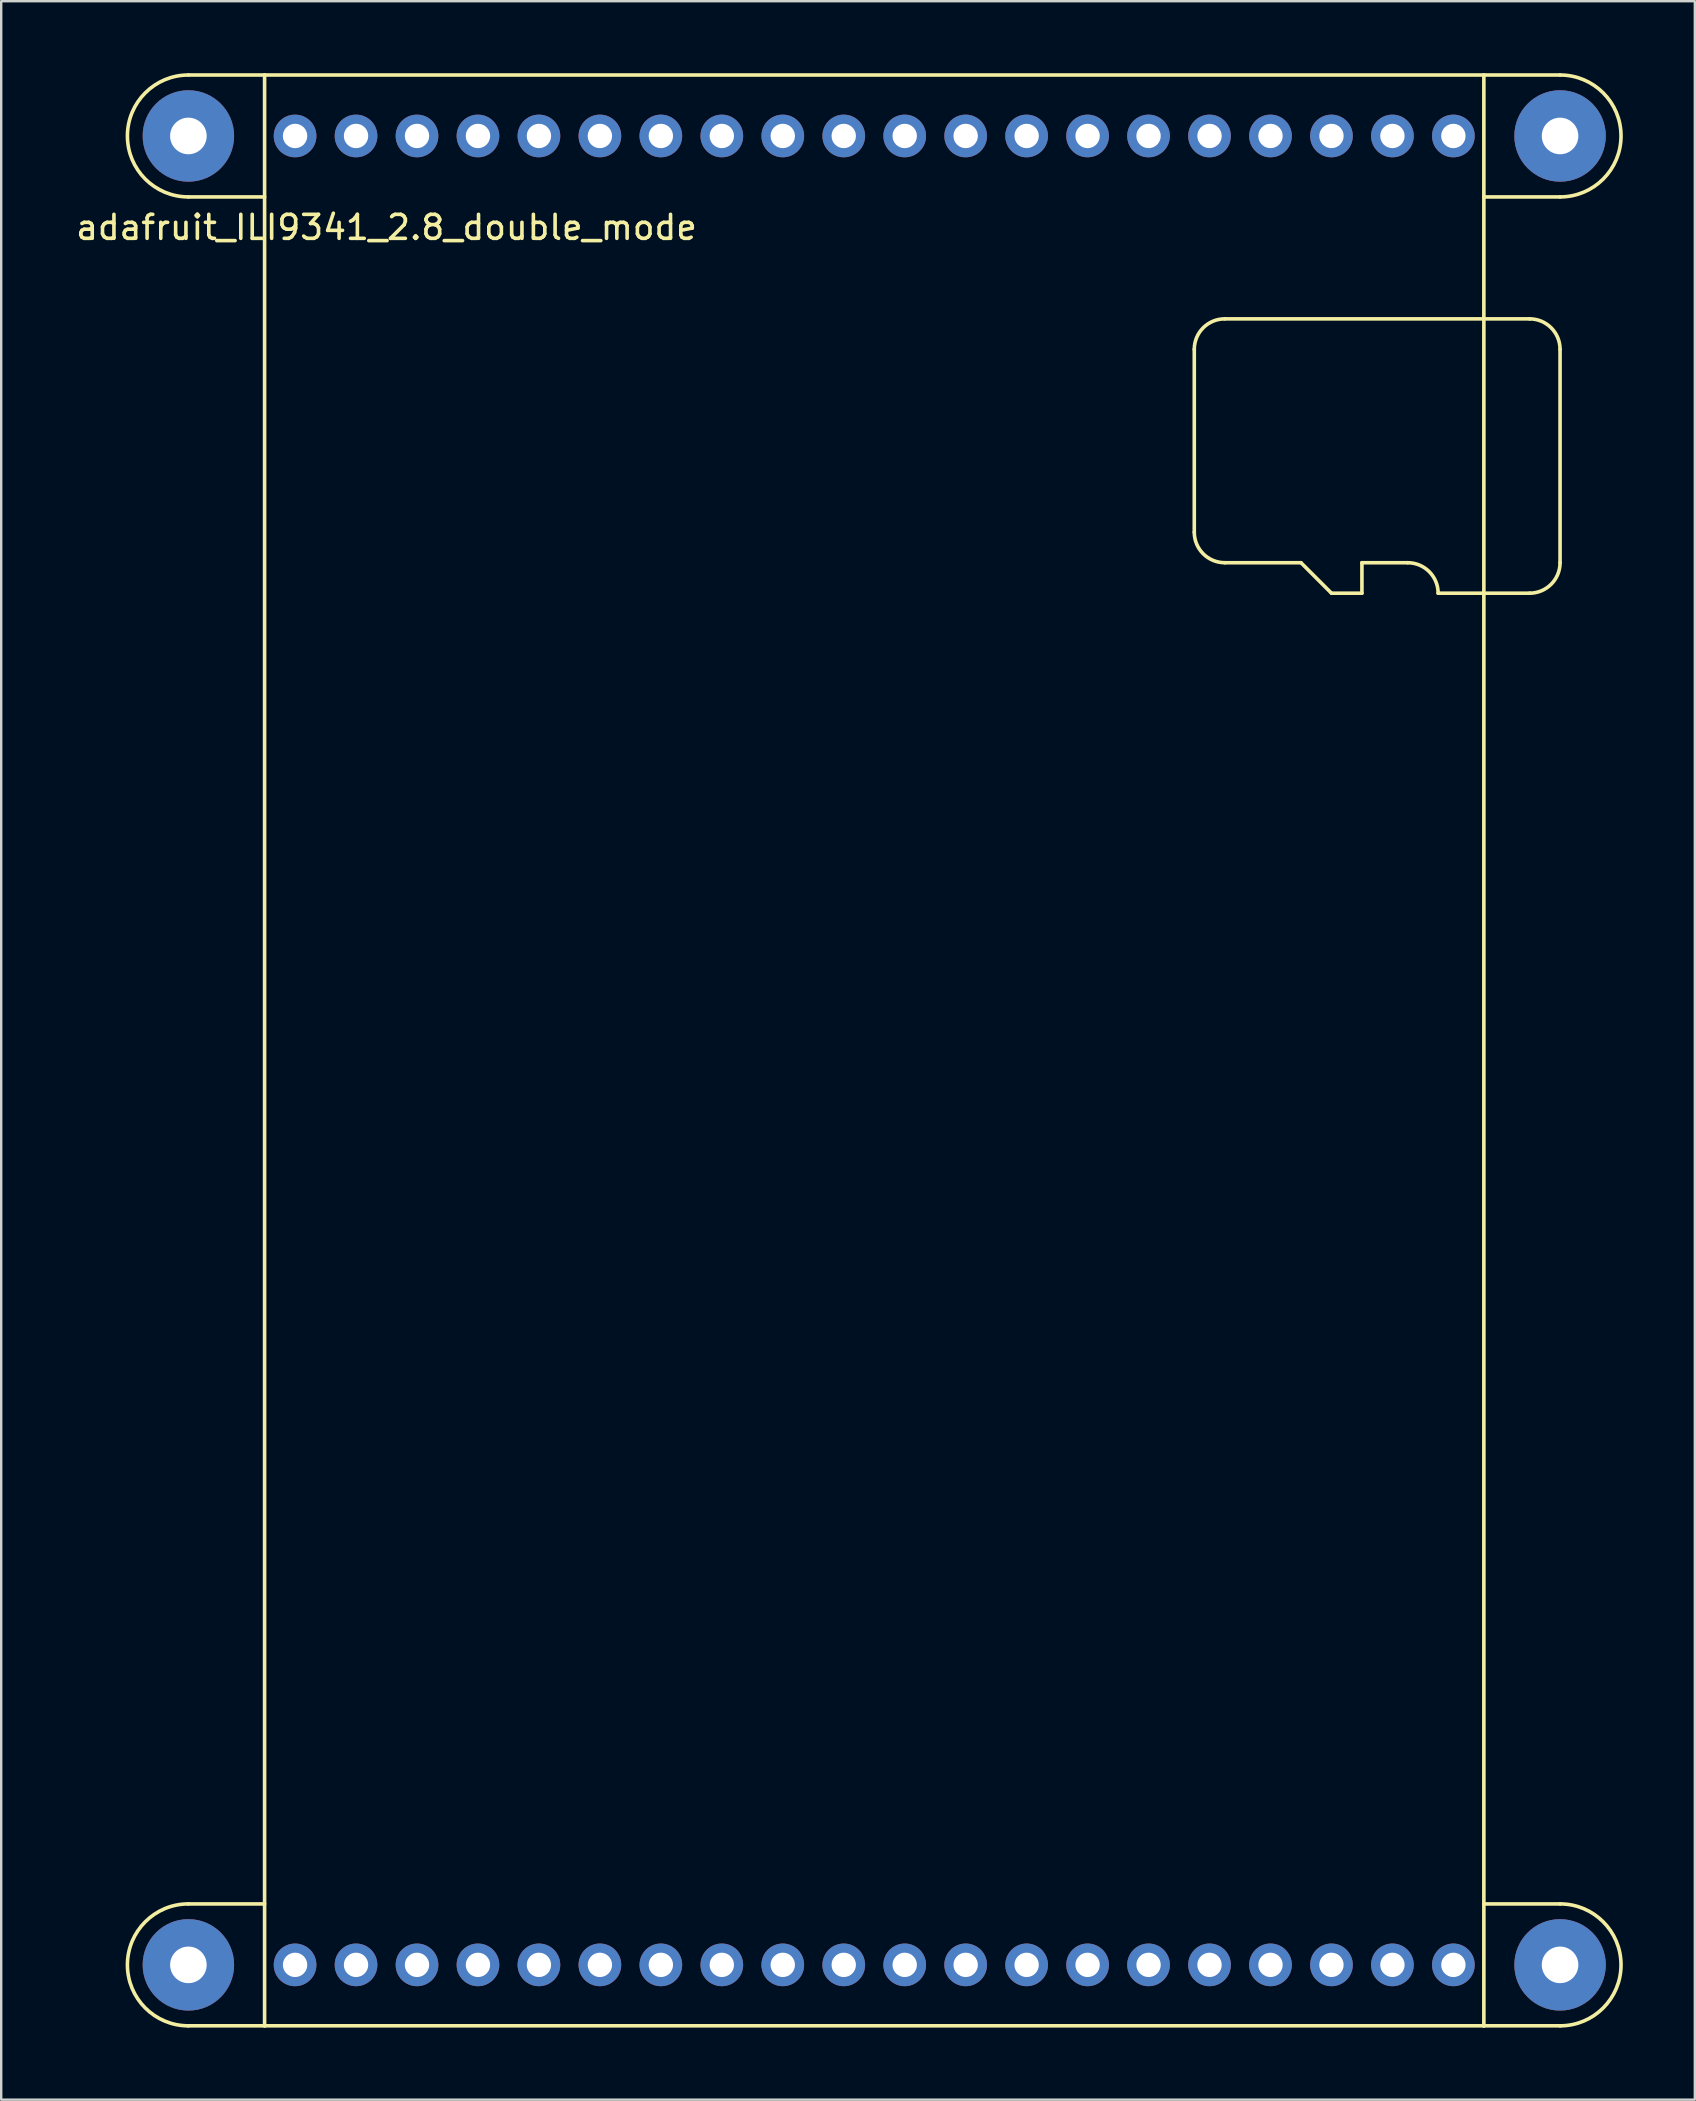
<source format=kicad_pcb>
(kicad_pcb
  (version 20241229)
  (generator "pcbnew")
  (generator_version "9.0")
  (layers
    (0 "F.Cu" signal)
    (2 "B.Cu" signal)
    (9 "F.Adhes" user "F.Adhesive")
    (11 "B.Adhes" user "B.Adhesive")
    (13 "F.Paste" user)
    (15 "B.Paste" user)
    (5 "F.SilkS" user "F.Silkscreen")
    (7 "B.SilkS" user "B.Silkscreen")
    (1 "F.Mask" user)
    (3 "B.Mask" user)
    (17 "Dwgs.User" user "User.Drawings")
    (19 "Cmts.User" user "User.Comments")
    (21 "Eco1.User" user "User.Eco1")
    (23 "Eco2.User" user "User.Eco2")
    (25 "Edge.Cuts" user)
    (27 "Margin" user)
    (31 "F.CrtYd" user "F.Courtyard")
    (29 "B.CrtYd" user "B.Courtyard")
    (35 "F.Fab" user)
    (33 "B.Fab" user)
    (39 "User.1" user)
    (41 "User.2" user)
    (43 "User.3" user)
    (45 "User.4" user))
  (footprint "adafruit_ILI9341_2.8_double_mode"
    (layer "F.Cu")
    (at 9.244 2.615)
    (property "Reference" "adafruit_ILI9341_2.8_double_mode" (at 3.81 3.81 0) (layer "F.SilkS") (effects (font (size 1 1) (thickness 0.15))))
    (attr through_hole)
    (fp_line (start -4.445 -2.54) (end -1.27 -2.54) (stroke (width 0.15) (type solid)) (layer "F.SilkS"))
    (fp_line (start -4.445 2.54) (end -1.27 2.54) (stroke (width 0.15) (type solid)) (layer "F.SilkS"))
    (fp_line (start -1.27 -2.54) (end 49.53 -2.54) (stroke (width 0.15) (type solid)) (layer "F.SilkS"))
    (fp_line (start -1.27 73.66) (end -4.445 73.66) (stroke (width 0.15) (type solid)) (layer "F.SilkS"))
    (fp_line (start -1.27 78.74) (end -4.445 78.74) (stroke (width 0.15) (type solid)) (layer "F.SilkS"))
    (fp_line (start -1.27 78.74) (end -1.27 -2.54) (stroke (width 0.15) (type solid)) (layer "F.SilkS"))
    (fp_line (start 37.465 8.89) (end 37.465 16.51) (stroke (width 0.15) (type solid)) (layer "F.SilkS"))
    (fp_line (start 41.91 17.78) (end 38.735 17.78) (stroke (width 0.15) (type solid)) (layer "F.SilkS"))
    (fp_line (start 43.18 19.05) (end 41.91 17.78) (stroke (width 0.15) (type solid)) (layer "F.SilkS"))
    (fp_line (start 44.45 17.78) (end 46.355 17.78) (stroke (width 0.15) (type solid)) (layer "F.SilkS"))
    (fp_line (start 44.45 19.05) (end 43.18 19.05) (stroke (width 0.15) (type solid)) (layer "F.SilkS"))
    (fp_line (start 44.45 19.05) (end 44.45 17.78) (stroke (width 0.15) (type solid)) (layer "F.SilkS"))
    (fp_line (start 47.625 19.05) (end 51.435 19.05) (stroke (width 0.15) (type solid)) (layer "F.SilkS"))
    (fp_line (start 49.53 -2.54) (end 49.53 78.74) (stroke (width 0.15) (type solid)) (layer "F.SilkS"))
    (fp_line (start 49.53 78.74) (end -1.27 78.74) (stroke (width 0.15) (type solid)) (layer "F.SilkS"))
    (fp_line (start 51.435 7.62) (end 38.735 7.62) (stroke (width 0.15) (type solid)) (layer "F.SilkS"))
    (fp_line (start 52.705 -2.54) (end 49.53 -2.54) (stroke (width 0.15) (type solid)) (layer "F.SilkS"))
    (fp_line (start 52.705 2.54) (end 49.53 2.54) (stroke (width 0.15) (type solid)) (layer "F.SilkS"))
    (fp_line (start 52.705 8.89) (end 52.705 17.78) (stroke (width 0.15) (type solid)) (layer "F.SilkS"))
    (fp_line (start 52.705 73.66) (end 49.53 73.66) (stroke (width 0.15) (type solid)) (layer "F.SilkS"))
    (fp_line (start 52.705 78.74) (end 49.53 78.74) (stroke (width 0.15) (type solid)) (layer "F.SilkS"))
    (fp_arc (start -4.445 2.54) (mid -6.985 0) (end -4.445 -2.54) (stroke (width 0.15) (type solid)) (layer "F.SilkS"))
    (fp_arc (start -4.445 78.74) (mid -6.985 76.2) (end -4.445 73.66) (stroke (width 0.15) (type solid)) (layer "F.SilkS"))
    (fp_arc (start 37.465 8.89) (mid 37.836974 7.991974) (end 38.735 7.62) (stroke (width 0.15) (type solid)) (layer "F.SilkS"))
    (fp_arc (start 38.735 17.78) (mid 37.836974 17.408026) (end 37.465 16.51) (stroke (width 0.15) (type solid)) (layer "F.SilkS"))
    (fp_arc (start 46.355 17.78) (mid 47.253026 18.151974) (end 47.625 19.05) (stroke (width 0.15) (type solid)) (layer "F.SilkS"))
    (fp_arc (start 51.435 7.62) (mid 52.333026 7.991974) (end 52.705 8.89) (stroke (width 0.15) (type solid)) (layer "F.SilkS"))
    (fp_arc (start 52.705 -2.54) (mid 55.245 0) (end 52.705 2.54) (stroke (width 0.15) (type solid)) (layer "F.SilkS"))
    (fp_arc (start 52.705 17.78) (mid 52.333026 18.678026) (end 51.435 19.05) (stroke (width 0.15) (type solid)) (layer "F.SilkS"))
    (fp_arc (start 52.705 73.66) (mid 55.245 76.2) (end 52.705 78.74) (stroke (width 0.15) (type solid)) (layer "F.SilkS"))
    (pad "" np_thru_hole circle (at -4.445 0) (size 3.81 3.81) (drill 1.524) (layers "*.Cu" "*.Mask"))
    (pad "" np_thru_hole circle (at -4.445 76.2) (size 3.81 3.81) (drill 1.524) (layers "*.Cu" "*.Mask"))
    (pad "" np_thru_hole circle (at 52.705 0) (size 3.81 3.81) (drill 1.524) (layers "*.Cu" "*.Mask"))
    (pad "" np_thru_hole circle (at 52.705 76.2) (size 3.81 3.81) (drill 1.524) (layers "*.Cu" "*.Mask"))
    (pad "1" thru_hole circle (at 0 0) (size 1.778 1.778) (drill 1.016) (layers "*.Cu" "*.Mask"))
    (pad "2" thru_hole circle (at 2.54 0) (size 1.778 1.778) (drill 1.016) (layers "*.Cu" "*.Mask"))
    (pad "3" thru_hole circle (at 5.08 0) (size 1.778 1.778) (drill 1.016) (layers "*.Cu" "*.Mask"))
    (pad "4" thru_hole circle (at 7.62 0) (size 1.778 1.778) (drill 1.016) (layers "*.Cu" "*.Mask"))
    (pad "5" thru_hole circle (at 10.16 0) (size 1.778 1.778) (drill 1.016) (layers "*.Cu" "*.Mask"))
    (pad "6" thru_hole circle (at 12.7 0) (size 1.778 1.778) (drill 1.016) (layers "*.Cu" "*.Mask"))
    (pad "7" thru_hole circle (at 15.24 0) (size 1.778 1.778) (drill 1.016) (layers "*.Cu" "*.Mask"))
    (pad "8" thru_hole circle (at 17.78 0) (size 1.778 1.778) (drill 1.016) (layers "*.Cu" "*.Mask"))
    (pad "9" thru_hole circle (at 20.32 0) (size 1.778 1.778) (drill 1.016) (layers "*.Cu" "*.Mask"))
    (pad "10" thru_hole circle (at 22.86 0) (size 1.778 1.778) (drill 1.016) (layers "*.Cu" "*.Mask"))
    (pad "11" thru_hole circle (at 25.4 0) (size 1.778 1.778) (drill 1.016) (layers "*.Cu" "*.Mask"))
    (pad "12" thru_hole circle (at 27.94 0) (size 1.778 1.778) (drill 1.016) (layers "*.Cu" "*.Mask"))
    (pad "13" thru_hole circle (at 30.48 0) (size 1.778 1.778) (drill 1.016) (layers "*.Cu" "*.Mask"))
    (pad "14" thru_hole circle (at 33.02 0) (size 1.778 1.778) (drill 1.016) (layers "*.Cu" "*.Mask"))
    (pad "15" thru_hole circle (at 35.56 0) (size 1.778 1.778) (drill 1.016) (layers "*.Cu" "*.Mask"))
    (pad "16" thru_hole circle (at 38.1 0) (size 1.778 1.778) (drill 1.016) (layers "*.Cu" "*.Mask"))
    (pad "17" thru_hole circle (at 40.64 0) (size 1.778 1.778) (drill 1.016) (layers "*.Cu" "*.Mask"))
    (pad "18" thru_hole circle (at 43.18 0) (size 1.778 1.778) (drill 1.016) (layers "*.Cu" "*.Mask"))
    (pad "19" thru_hole circle (at 45.72 0) (size 1.778 1.778) (drill 1.016) (layers "*.Cu" "*.Mask"))
    (pad "20" thru_hole circle (at 48.26 0) (size 1.778 1.778) (drill 1.016) (layers "*.Cu" "*.Mask"))
    (pad "21" thru_hole circle (at 0 76.2) (size 1.778 1.778) (drill 1.016) (layers "*.Cu" "*.Mask"))
    (pad "22" thru_hole circle (at 2.54 76.2) (size 1.778 1.778) (drill 1.016) (layers "*.Cu" "*.Mask"))
    (pad "23" thru_hole circle (at 5.08 76.2) (size 1.778 1.778) (drill 1.016) (layers "*.Cu" "*.Mask"))
    (pad "24" thru_hole circle (at 7.62 76.2) (size 1.778 1.778) (drill 1.016) (layers "*.Cu" "*.Mask"))
    (pad "25" thru_hole circle (at 10.16 76.2) (size 1.778 1.778) (drill 1.016) (layers "*.Cu" "*.Mask"))
    (pad "26" thru_hole circle (at 12.7 76.2) (size 1.778 1.778) (drill 1.016) (layers "*.Cu" "*.Mask"))
    (pad "27" thru_hole circle (at 15.24 76.2) (size 1.778 1.778) (drill 1.016) (layers "*.Cu" "*.Mask"))
    (pad "28" thru_hole circle (at 17.78 76.2) (size 1.778 1.778) (drill 1.016) (layers "*.Cu" "*.Mask"))
    (pad "29" thru_hole circle (at 20.32 76.2) (size 1.778 1.778) (drill 1.016) (layers "*.Cu" "*.Mask"))
    (pad "30" thru_hole circle (at 22.86 76.2) (size 1.778 1.778) (drill 1.016) (layers "*.Cu" "*.Mask"))
    (pad "31" thru_hole circle (at 25.4 76.2) (size 1.778 1.778) (drill 1.016) (layers "*.Cu" "*.Mask"))
    (pad "32" thru_hole circle (at 27.94 76.2) (size 1.778 1.778) (drill 1.016) (layers "*.Cu" "*.Mask"))
    (pad "33" thru_hole circle (at 30.48 76.2) (size 1.778 1.778) (drill 1.016) (layers "*.Cu" "*.Mask"))
    (pad "34" thru_hole circle (at 33.02 76.2) (size 1.778 1.778) (drill 1.016) (layers "*.Cu" "*.Mask"))
    (pad "35" thru_hole circle (at 35.56 76.2) (size 1.778 1.778) (drill 1.016) (layers "*.Cu" "*.Mask"))
    (pad "36" thru_hole circle (at 38.1 76.2) (size 1.778 1.778) (drill 1.016) (layers "*.Cu" "*.Mask"))
    (pad "37" thru_hole circle (at 40.64 76.2) (size 1.778 1.778) (drill 1.016) (layers "*.Cu" "*.Mask"))
    (pad "38" thru_hole circle (at 43.18 76.2) (size 1.778 1.778) (drill 1.016) (layers "*.Cu" "*.Mask"))
    (pad "39" thru_hole circle (at 45.72 76.2) (size 1.778 1.778) (drill 1.016) (layers "*.Cu" "*.Mask"))
    (pad "40" thru_hole circle (at 48.26 76.2) (size 1.778 1.778) (drill 1.016) (layers "*.Cu" "*.Mask")))
  (gr_rect
    (start -3 -3)
    (end 67.564 84.43)
    (stroke (width 0.1) (type default))
    (fill no)
    (layer "Edge.Cuts")))
</source>
